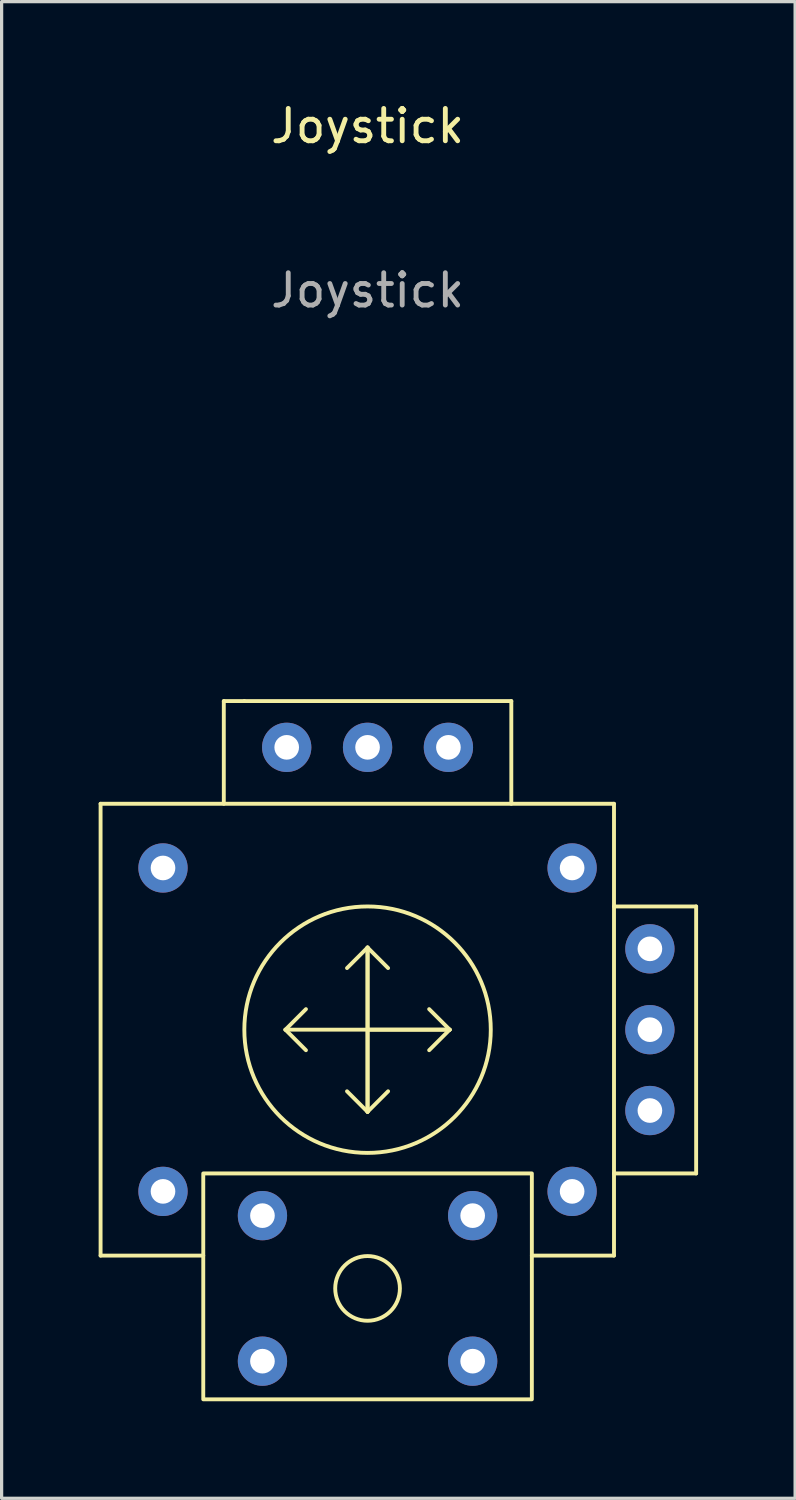
<source format=kicad_pcb>
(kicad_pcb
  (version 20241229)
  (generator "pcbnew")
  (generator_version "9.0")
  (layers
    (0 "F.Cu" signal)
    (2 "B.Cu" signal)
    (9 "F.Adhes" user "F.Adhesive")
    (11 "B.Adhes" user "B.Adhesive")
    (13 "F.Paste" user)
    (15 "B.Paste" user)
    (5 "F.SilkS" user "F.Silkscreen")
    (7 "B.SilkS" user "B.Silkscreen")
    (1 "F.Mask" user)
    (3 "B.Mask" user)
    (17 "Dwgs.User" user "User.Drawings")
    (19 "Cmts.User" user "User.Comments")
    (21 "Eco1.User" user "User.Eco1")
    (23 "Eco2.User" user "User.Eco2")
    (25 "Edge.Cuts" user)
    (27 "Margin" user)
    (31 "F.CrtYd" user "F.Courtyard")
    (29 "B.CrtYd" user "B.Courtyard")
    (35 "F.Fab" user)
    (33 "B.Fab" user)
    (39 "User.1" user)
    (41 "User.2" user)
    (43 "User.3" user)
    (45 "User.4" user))
  (footprint "Joystick"
    (layer "F.Cu")
    (at 8.315 28.788)
    (property "Reference" "Joystick" (at 0 -27.94 0) (unlocked yes) (layer "F.SilkS") (effects (font (size 1 1) (thickness 0.15))))
    (attr through_hole)
    (fp_line (start -8.255 -6.985) (end 7.62 -6.985) (stroke (width 0.12) (type solid)) (layer "F.SilkS"))
    (fp_line (start -8.255 6.985) (end -8.255 -6.985) (stroke (width 0.12) (type solid)) (layer "F.SilkS"))
    (fp_line (start -5.08 6.985) (end -8.255 6.985) (stroke (width 0.12) (type solid)) (layer "F.SilkS"))
    (fp_line (start -4.445 -10.16) (end -4.445 -6.985) (stroke (width 0.12) (type solid)) (layer "F.SilkS"))
    (fp_line (start -4.445 -10.16) (end -3.81 -10.16) (stroke (width 0.12) (type solid)) (layer "F.SilkS"))
    (fp_line (start -2.54 0) (end -1.905 -0.635) (stroke (width 0.12) (type solid)) (layer "F.SilkS"))
    (fp_line (start -2.54 0) (end -1.905 0.635) (stroke (width 0.12) (type solid)) (layer "F.SilkS"))
    (fp_line (start 0 -2.54) (end -0.635 -1.905) (stroke (width 0.12) (type solid)) (layer "F.SilkS"))
    (fp_line (start 0 -2.54) (end 0 0) (stroke (width 0.12) (type solid)) (layer "F.SilkS"))
    (fp_line (start 0 -2.54) (end 0.635 -1.905) (stroke (width 0.12) (type solid)) (layer "F.SilkS"))
    (fp_line (start 0 0) (end -2.54 0) (stroke (width 0.12) (type solid)) (layer "F.SilkS"))
    (fp_line (start 0 0) (end 0 -2.54) (stroke (width 0.12) (type solid)) (layer "F.SilkS"))
    (fp_line (start 0 0) (end 0 2.54) (stroke (width 0.12) (type solid)) (layer "F.SilkS"))
    (fp_line (start 0 0) (end 2.54 0) (stroke (width 0.12) (type solid)) (layer "F.SilkS"))
    (fp_line (start 0 2.54) (end -0.635 1.905) (stroke (width 0.12) (type solid)) (layer "F.SilkS"))
    (fp_line (start 0 2.54) (end 0 0) (stroke (width 0.12) (type solid)) (layer "F.SilkS"))
    (fp_line (start 0 2.54) (end 0.635 1.905) (stroke (width 0.12) (type solid)) (layer "F.SilkS"))
    (fp_line (start 2.54 0) (end 0 0) (stroke (width 0.12) (type solid)) (layer "F.SilkS"))
    (fp_line (start 2.54 0) (end 1.905 -0.635) (stroke (width 0.12) (type solid)) (layer "F.SilkS"))
    (fp_line (start 2.54 0) (end 1.905 0.635) (stroke (width 0.12) (type solid)) (layer "F.SilkS"))
    (fp_line (start 4.445 -10.16) (end -3.81 -10.16) (stroke (width 0.12) (type solid)) (layer "F.SilkS"))
    (fp_line (start 4.445 -6.985) (end 4.445 -10.16) (stroke (width 0.12) (type solid)) (layer "F.SilkS"))
    (fp_line (start 7.62 -6.985) (end 7.62 6.985) (stroke (width 0.12) (type solid)) (layer "F.SilkS"))
    (fp_line (start 7.62 4.445) (end 10.16 4.445) (stroke (width 0.12) (type solid)) (layer "F.SilkS"))
    (fp_line (start 7.62 6.985) (end 5.08 6.985) (stroke (width 0.12) (type solid)) (layer "F.SilkS"))
    (fp_line (start 10.16 -3.81) (end 7.62 -3.81) (stroke (width 0.12) (type solid)) (layer "F.SilkS"))
    (fp_line (start 10.16 4.445) (end 10.16 -3.81) (stroke (width 0.12) (type solid)) (layer "F.SilkS"))
    (fp_rect (start -5.08 4.445) (end 5.08 11.43) (stroke (width 0.12) (type solid)) (fill no) (layer "F.SilkS"))
    (fp_circle (center 0 0) (end 0 -3.81) (stroke (width 0.12) (type solid)) (fill no) (layer "F.SilkS"))
    (fp_circle (center 0 8) (end 1 8) (stroke (width 0.12) (type solid)) (fill no) (layer "F.SilkS"))
    (fp_text user "${REFERENCE}" (at 0 -22.86 0) (unlocked yes) (layer "F.Fab") (effects (font (size 1 1) (thickness 0.15))))
    (pad "GND" thru_hole circle (at -6.325 -5) (size 1.524 1.524) (drill 0.762) (layers "*.Cu" "*.Mask"))
    (pad "GND" thru_hole circle (at -6.325 5) (size 1.524 1.524) (drill 0.762) (layers "*.Cu" "*.Mask"))
    (pad "GND" thru_hole circle (at 6.325 -5) (size 1.524 1.524) (drill 0.762) (layers "*.Cu" "*.Mask"))
    (pad "GND" thru_hole circle (at 6.325 5) (size 1.524 1.524) (drill 0.762) (layers "*.Cu" "*.Mask"))
    (pad "SW1" thru_hole circle (at -3.25 5.75) (size 1.524 1.524) (drill 0.762) (layers "*.Cu" "*.Mask"))
    (pad "SW1" thru_hole circle (at 3.25 5.75) (size 1.524 1.524) (drill 0.762) (layers "*.Cu" "*.Mask"))
    (pad "SW2" thru_hole circle (at -3.25 10.25) (size 1.524 1.524) (drill 0.762) (layers "*.Cu" "*.Mask"))
    (pad "SW2" thru_hole circle (at 3.25 10.25) (size 1.524 1.524) (drill 0.762) (layers "*.Cu" "*.Mask"))
    (pad "X1" thru_hole circle (at -2.5 -8.73) (size 1.524 1.524) (drill 0.762) (layers "*.Cu" "*.Mask"))
    (pad "X2" thru_hole circle (at 0 -8.73) (size 1.524 1.524) (drill 0.762) (layers "*.Cu" "*.Mask"))
    (pad "X3" thru_hole circle (at 2.5 -8.73) (size 1.524 1.524) (drill 0.762) (layers "*.Cu" "*.Mask"))
    (pad "Y1" thru_hole circle (at 8.73 -2.5) (size 1.524 1.524) (drill 0.762) (layers "*.Cu" "*.Mask"))
    (pad "Y2" thru_hole circle (at 8.73 0) (size 1.524 1.524) (drill 0.762) (layers "*.Cu" "*.Mask"))
    (pad "Y3" thru_hole circle (at 8.73 2.5) (size 1.524 1.524) (drill 0.762) (layers "*.Cu" "*.Mask")))
  (gr_rect
    (start -3 -3)
    (end 21.535 43.278)
    (stroke (width 0.1) (type default))
    (fill no)
    (layer "Edge.Cuts")))
</source>
